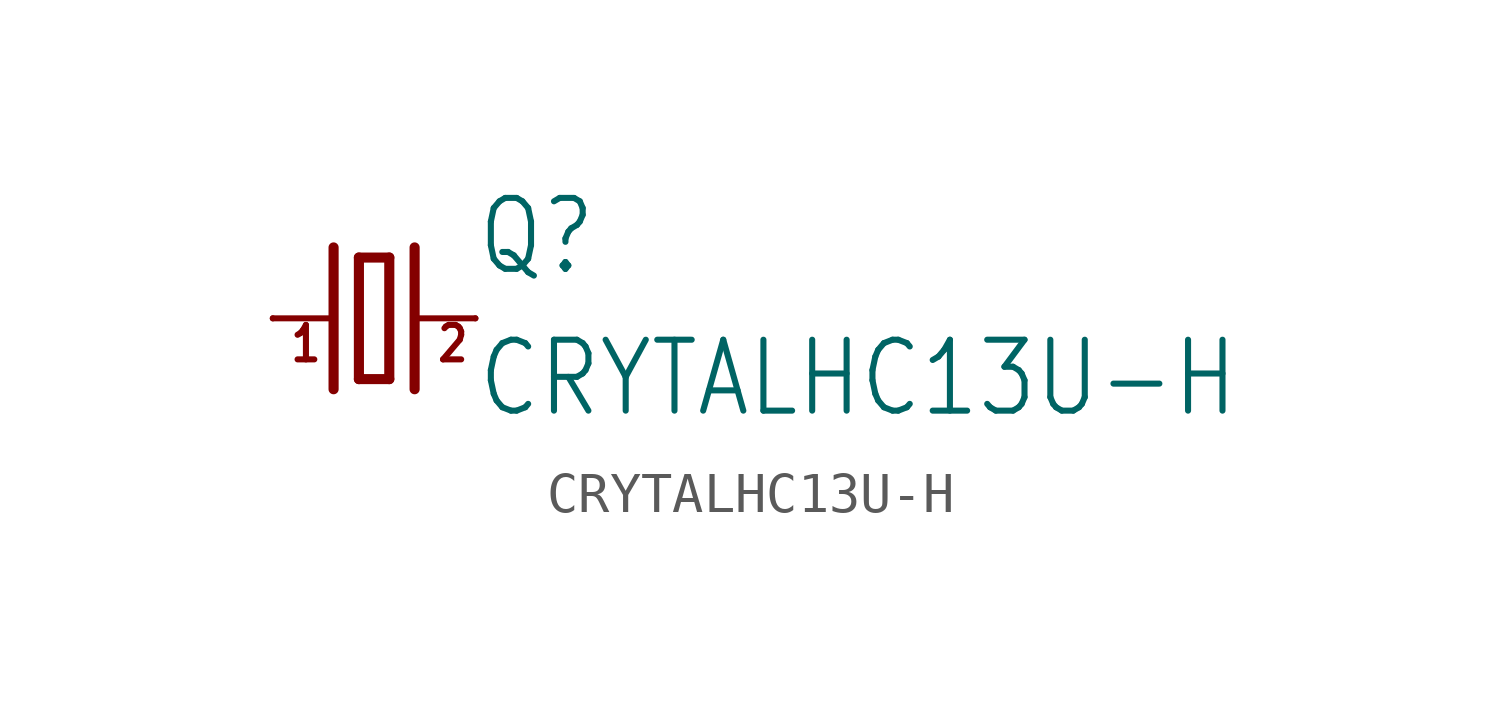
<source format=kicad_sym>
(kicad_symbol_lib
  (version 20211014)
  (generator kicad_symbol_editor)
  (symbol "CRYTALHC13U-H"
    (property "Reference" "Q"
      (at 2.54 1.016 0)
      (effects (font (size 1.778 1.511)) (justify left bottom)))
    (property "Value" "CRYTALHC13U-H"
      (at 2.54 -2.54 0)
      (effects (font (size 1.778 1.511)) (justify left bottom)))
    (property "ki_locked" ""
      (at 0 0 0)
      (effects (font (size 1.27 1.27))))
    (symbol "CRYTALHC13U-H_1_0"
      (polyline (pts (xy -2.54 0) (xy -1.016 0)) (stroke (width 0.152) (type default) (color 0 0 0 0)) (fill (type none)))
      (polyline (pts (xy -1.016 1.778) (xy -1.016 -1.778)) (stroke (width 0.254) (type default) (color 0 0 0 0)) (fill (type none)))
      (polyline (pts (xy -0.381 -1.524) (xy 0.381 -1.524)) (stroke (width 0.254) (type default) (color 0 0 0 0)) (fill (type none)))
      (polyline (pts (xy -0.381 1.524) (xy -0.381 -1.524)) (stroke (width 0.254) (type default) (color 0 0 0 0)) (fill (type none)))
      (polyline (pts (xy 0.381 -1.524) (xy 0.381 1.524)) (stroke (width 0.254) (type default) (color 0 0 0 0)) (fill (type none)))
      (polyline (pts (xy 0.381 1.524) (xy -0.381 1.524)) (stroke (width 0.254) (type default) (color 0 0 0 0)) (fill (type none)))
      (polyline (pts (xy 1.016 0) (xy 2.54 0)) (stroke (width 0.152) (type default) (color 0 0 0 0)) (fill (type none)))
      (polyline (pts (xy 1.016 1.778) (xy 1.016 -1.778)) (stroke (width 0.254) (type default) (color 0 0 0 0)) (fill (type none)))
      (text "1" (at -2.159 -1.143 0) (effects (font (size 0.864 0.734)) (justify left bottom)))
      (text "2" (at 1.524 -1.143 0) (effects (font (size 0.864 0.734)) (justify left bottom)))
      (pin passive line (at -2.54 0 0) (length 0) (name "1" (effects (font (size 0 0)))) (number "1" (effects (font (size 0 0)))))
      (pin passive line (at 2.54 0 180) (length 0) (name "2" (effects (font (size 0 0)))) (number "2" (effects (font (size 0 0))))))))
</source>
